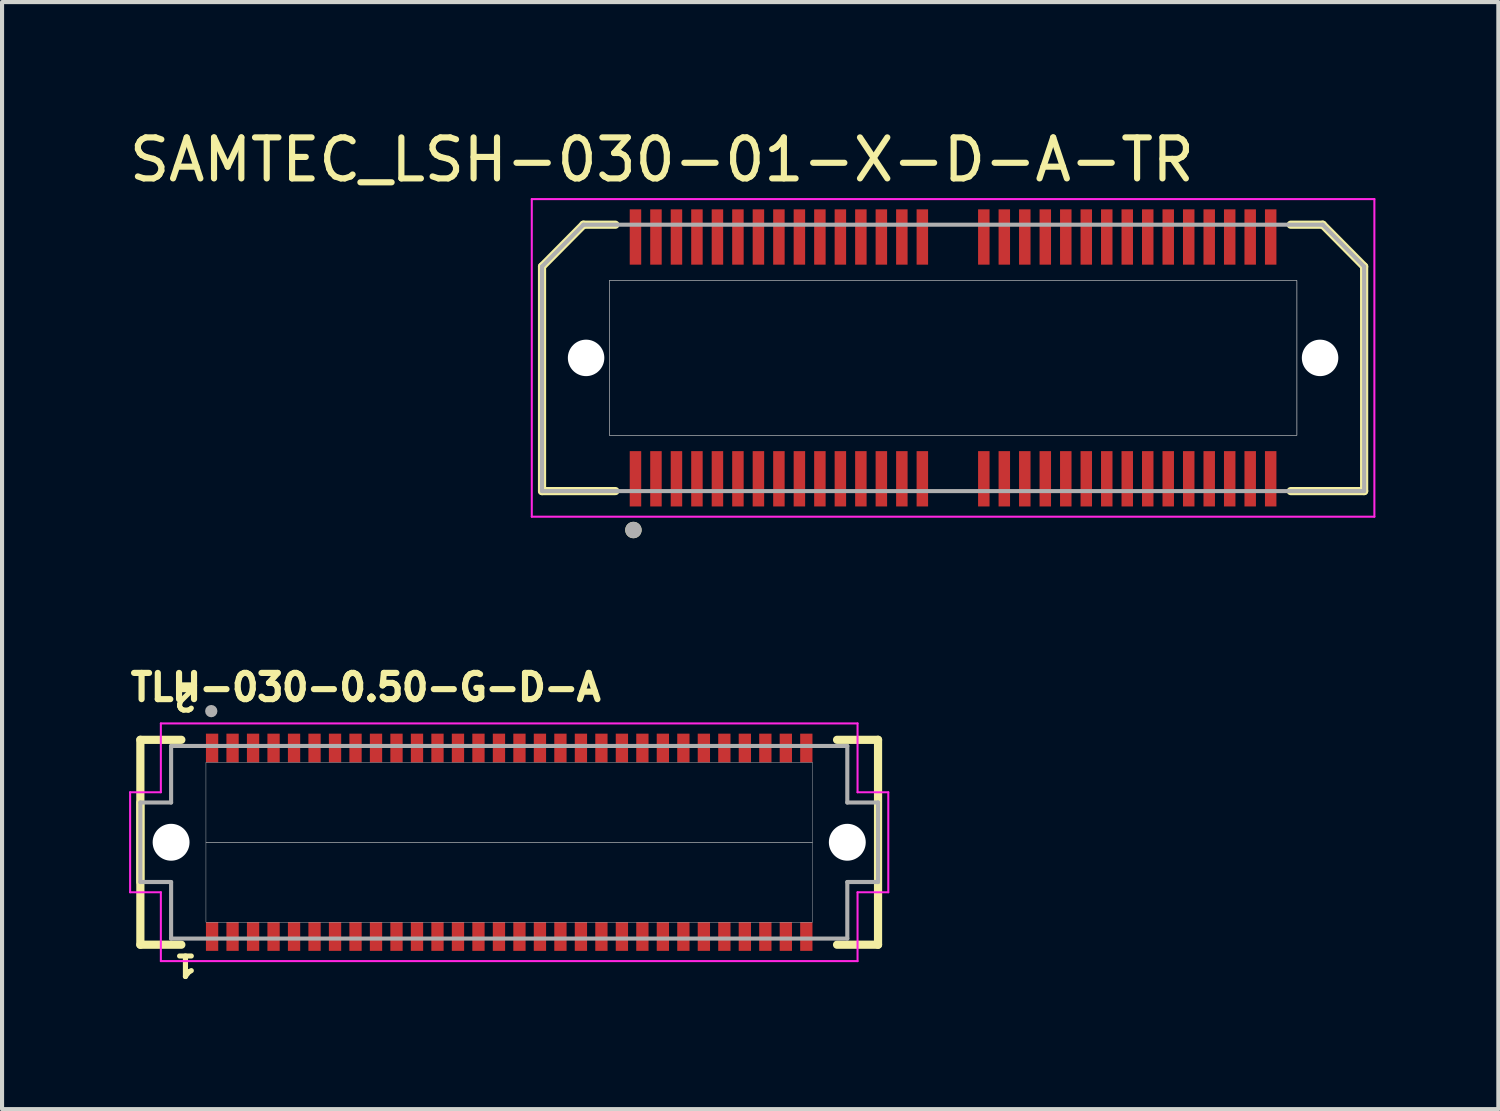
<source format=kicad_pcb>
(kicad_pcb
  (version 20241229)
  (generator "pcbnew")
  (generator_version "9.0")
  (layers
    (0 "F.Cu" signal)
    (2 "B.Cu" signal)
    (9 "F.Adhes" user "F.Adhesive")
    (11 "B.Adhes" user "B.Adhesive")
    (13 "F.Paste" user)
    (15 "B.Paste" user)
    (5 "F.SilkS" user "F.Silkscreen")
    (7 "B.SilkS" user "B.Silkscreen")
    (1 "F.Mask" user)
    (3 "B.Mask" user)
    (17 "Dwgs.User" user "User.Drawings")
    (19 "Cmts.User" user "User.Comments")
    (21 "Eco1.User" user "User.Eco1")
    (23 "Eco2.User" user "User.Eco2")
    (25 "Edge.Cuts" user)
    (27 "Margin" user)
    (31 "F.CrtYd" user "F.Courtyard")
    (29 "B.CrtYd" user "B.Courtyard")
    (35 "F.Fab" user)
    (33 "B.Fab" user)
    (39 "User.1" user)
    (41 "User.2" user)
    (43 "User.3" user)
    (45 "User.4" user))
  (footprint "TLH-030-0.50-G-D-A"
    (layer "F.Cu")
    (at 9.375 17.502)
    (property "Reference" "TLH-030-0.50-G-D-A" (at -3.5 -3.781 0) (layer "F.SilkS") (effects (font (size 0.64 0.64) (thickness 0.15))))
    (attr through_hole)
    (fp_line (start -9 -2.5) (end -8 -2.5) (stroke (width 0.2) (type solid)) (layer "F.SilkS"))
    (fp_line (start -9 0.97) (end -9 -0.97) (stroke (width 0.2) (type solid)) (layer "F.SilkS"))
    (fp_line (start -9 2.5) (end -9 -2.5) (stroke (width 0.2) (type solid)) (layer "F.SilkS"))
    (fp_line (start -9 2.5) (end -8 2.5) (stroke (width 0.2) (type solid)) (layer "F.SilkS"))
    (fp_line (start 9 -2.5) (end 8 -2.5) (stroke (width 0.2) (type solid)) (layer "F.SilkS"))
    (fp_line (start 9 -2.5) (end 9 2.5) (stroke (width 0.2) (type solid)) (layer "F.SilkS"))
    (fp_line (start 9 2.5) (end 8 2.5) (stroke (width 0.2) (type solid)) (layer "F.SilkS"))
    (fp_poly (pts (xy -7.4 -1.95) (xy 7.4 -1.95) (xy 7.4 0) (xy -7.4 0)) (stroke (width 0.01) (type solid)) (fill no) (layer "Dwgs.User"))
    (fp_poly (pts (xy -7.4 0) (xy 7.4 0) (xy 7.4 1.95) (xy -7.4 1.95)) (stroke (width 0.01) (type solid)) (fill no) (layer "Dwgs.User"))
    (fp_line (start -9.25 -1.22) (end -9.25 1.22) (stroke (width 0.05) (type solid)) (layer "F.CrtYd"))
    (fp_line (start -9.25 -1.22) (end -8.5 -1.22) (stroke (width 0.05) (type solid)) (layer "F.CrtYd"))
    (fp_line (start -9.25 1.22) (end -8.5 1.22) (stroke (width 0.05) (type solid)) (layer "F.CrtYd"))
    (fp_line (start -8.5 -2.9) (end 8.5 -2.9) (stroke (width 0.05) (type solid)) (layer "F.CrtYd"))
    (fp_line (start -8.5 -1.22) (end -8.5 -2.9) (stroke (width 0.05) (type solid)) (layer "F.CrtYd"))
    (fp_line (start -8.5 1.22) (end -8.5 2.9) (stroke (width 0.05) (type solid)) (layer "F.CrtYd"))
    (fp_line (start 8.5 -1.22) (end 8.5 -2.9) (stroke (width 0.05) (type solid)) (layer "F.CrtYd"))
    (fp_line (start 8.5 1.22) (end 8.5 2.9) (stroke (width 0.05) (type solid)) (layer "F.CrtYd"))
    (fp_line (start 8.5 2.9) (end -8.5 2.9) (stroke (width 0.05) (type solid)) (layer "F.CrtYd"))
    (fp_line (start 9.25 -1.22) (end 8.5 -1.22) (stroke (width 0.05) (type solid)) (layer "F.CrtYd"))
    (fp_line (start 9.25 1.22) (end 8.5 1.22) (stroke (width 0.05) (type solid)) (layer "F.CrtYd"))
    (fp_line (start 9.25 1.22) (end 9.25 -1.22) (stroke (width 0.05) (type solid)) (layer "F.CrtYd"))
    (fp_line (start -9 -0.97) (end -8.25 -0.97) (stroke (width 0.1) (type solid)) (layer "F.Fab"))
    (fp_line (start -9 0.97) (end -9 -0.97) (stroke (width 0.1) (type solid)) (layer "F.Fab"))
    (fp_line (start -8.25 -0.97) (end -8.25 -2.35) (stroke (width 0.1) (type solid)) (layer "F.Fab"))
    (fp_line (start -8.25 0.97) (end -9 0.97) (stroke (width 0.1) (type solid)) (layer "F.Fab"))
    (fp_line (start -8.25 2.35) (end -8.25 0.97) (stroke (width 0.1) (type solid)) (layer "F.Fab"))
    (fp_line (start -8.25 2.35) (end 8.25 2.35) (stroke (width 0.1) (type solid)) (layer "F.Fab"))
    (fp_line (start 8.25 -2.35) (end -8.25 -2.35) (stroke (width 0.1) (type solid)) (layer "F.Fab"))
    (fp_line (start 8.25 -2.35) (end 8.25 -0.97) (stroke (width 0.1) (type solid)) (layer "F.Fab"))
    (fp_line (start 8.25 -0.97) (end 9 -0.97) (stroke (width 0.1) (type solid)) (layer "F.Fab"))
    (fp_line (start 8.25 0.97) (end 8.25 2.35) (stroke (width 0.1) (type solid)) (layer "F.Fab"))
    (fp_line (start 9 -0.97) (end 9 0.97) (stroke (width 0.1) (type solid)) (layer "F.Fab"))
    (fp_line (start 9 0.97) (end 8.25 0.97) (stroke (width 0.1) (type solid)) (layer "F.Fab"))
    (fp_circle (center -7.27 -3.2) (end -7.195 -3.2) (stroke (width 0.15) (type solid)) (fill no) (layer "F.Fab"))
    (fp_text user "2" (at -7.9 -3.5 180) (unlocked yes) (layer "F.SilkS") (effects (font (size 0.5 0.5) (thickness 0.125))))
    (fp_text user "1" (at -7.9 3 180) (unlocked yes) (layer "F.SilkS") (effects (font (size 0.5 0.5) (thickness 0.125))))
    (pad "" np_thru_hole circle (at -8.25 0) (size 0.9 0.9) (drill 0.9) (layers "*.Cu" "*.Mask"))
    (pad "" np_thru_hole circle (at 8.25 0) (size 0.9 0.9) (drill 0.9) (layers "*.Cu" "*.Mask"))
    (pad "1" smd rect (at -7.25 2.3) (size 0.3 0.7) (layers "F.Cu" "F.Mask" "F.Paste"))
    (pad "2" smd rect (at -7.25 -2.3) (size 0.3 0.7) (layers "F.Cu" "F.Mask" "F.Paste"))
    (pad "3" smd rect (at -6.75 2.3) (size 0.3 0.7) (layers "F.Cu" "F.Mask" "F.Paste"))
    (pad "4" smd rect (at -6.75 -2.3) (size 0.3 0.7) (layers "F.Cu" "F.Mask" "F.Paste"))
    (pad "5" smd rect (at -6.25 2.3) (size 0.3 0.7) (layers "F.Cu" "F.Mask" "F.Paste"))
    (pad "6" smd rect (at -6.25 -2.3) (size 0.3 0.7) (layers "F.Cu" "F.Mask" "F.Paste"))
    (pad "7" smd rect (at -5.75 2.3) (size 0.3 0.7) (layers "F.Cu" "F.Mask" "F.Paste"))
    (pad "8" smd rect (at -5.75 -2.3) (size 0.3 0.7) (layers "F.Cu" "F.Mask" "F.Paste"))
    (pad "9" smd rect (at -5.25 2.3) (size 0.3 0.7) (layers "F.Cu" "F.Mask" "F.Paste"))
    (pad "10" smd rect (at -5.25 -2.3) (size 0.3 0.7) (layers "F.Cu" "F.Mask" "F.Paste"))
    (pad "11" smd rect (at -4.75 2.3) (size 0.3 0.7) (layers "F.Cu" "F.Mask" "F.Paste"))
    (pad "12" smd rect (at -4.75 -2.3) (size 0.3 0.7) (layers "F.Cu" "F.Mask" "F.Paste"))
    (pad "13" smd rect (at -4.25 2.3) (size 0.3 0.7) (layers "F.Cu" "F.Mask" "F.Paste"))
    (pad "14" smd rect (at -4.25 -2.3) (size 0.3 0.7) (layers "F.Cu" "F.Mask" "F.Paste"))
    (pad "15" smd rect (at -3.75 2.3) (size 0.3 0.7) (layers "F.Cu" "F.Mask" "F.Paste"))
    (pad "16" smd rect (at -3.75 -2.3) (size 0.3 0.7) (layers "F.Cu" "F.Mask" "F.Paste"))
    (pad "17" smd rect (at -3.25 2.3) (size 0.3 0.7) (layers "F.Cu" "F.Mask" "F.Paste"))
    (pad "18" smd rect (at -3.25 -2.3) (size 0.3 0.7) (layers "F.Cu" "F.Mask" "F.Paste"))
    (pad "19" smd rect (at -2.75 2.3) (size 0.3 0.7) (layers "F.Cu" "F.Mask" "F.Paste"))
    (pad "20" smd rect (at -2.75 -2.3) (size 0.3 0.7) (layers "F.Cu" "F.Mask" "F.Paste"))
    (pad "21" smd rect (at -2.25 2.3) (size 0.3 0.7) (layers "F.Cu" "F.Mask" "F.Paste"))
    (pad "22" smd rect (at -2.25 -2.3) (size 0.3 0.7) (layers "F.Cu" "F.Mask" "F.Paste"))
    (pad "23" smd rect (at -1.75 2.3) (size 0.3 0.7) (layers "F.Cu" "F.Mask" "F.Paste"))
    (pad "24" smd rect (at -1.75 -2.3) (size 0.3 0.7) (layers "F.Cu" "F.Mask" "F.Paste"))
    (pad "25" smd rect (at -1.25 2.3) (size 0.3 0.7) (layers "F.Cu" "F.Mask" "F.Paste"))
    (pad "26" smd rect (at -1.25 -2.3) (size 0.3 0.7) (layers "F.Cu" "F.Mask" "F.Paste"))
    (pad "27" smd rect (at -0.75 2.3) (size 0.3 0.7) (layers "F.Cu" "F.Mask" "F.Paste"))
    (pad "28" smd rect (at -0.75 -2.3) (size 0.3 0.7) (layers "F.Cu" "F.Mask" "F.Paste"))
    (pad "29" smd rect (at -0.25 2.3) (size 0.3 0.7) (layers "F.Cu" "F.Mask" "F.Paste"))
    (pad "30" smd rect (at -0.25 -2.3) (size 0.3 0.7) (layers "F.Cu" "F.Mask" "F.Paste"))
    (pad "31" smd rect (at 0.25 2.3) (size 0.3 0.7) (layers "F.Cu" "F.Mask" "F.Paste"))
    (pad "32" smd rect (at 0.25 -2.3) (size 0.3 0.7) (layers "F.Cu" "F.Mask" "F.Paste"))
    (pad "33" smd rect (at 0.75 2.3) (size 0.3 0.7) (layers "F.Cu" "F.Mask" "F.Paste"))
    (pad "34" smd rect (at 0.75 -2.3) (size 0.3 0.7) (layers "F.Cu" "F.Mask" "F.Paste"))
    (pad "35" smd rect (at 1.25 2.3) (size 0.3 0.7) (layers "F.Cu" "F.Mask" "F.Paste"))
    (pad "36" smd rect (at 1.25 -2.3) (size 0.3 0.7) (layers "F.Cu" "F.Mask" "F.Paste"))
    (pad "37" smd rect (at 1.75 2.3) (size 0.3 0.7) (layers "F.Cu" "F.Mask" "F.Paste"))
    (pad "38" smd rect (at 1.75 -2.3) (size 0.3 0.7) (layers "F.Cu" "F.Mask" "F.Paste"))
    (pad "39" smd rect (at 2.25 2.3) (size 0.3 0.7) (layers "F.Cu" "F.Mask" "F.Paste"))
    (pad "40" smd rect (at 2.25 -2.3) (size 0.3 0.7) (layers "F.Cu" "F.Mask" "F.Paste"))
    (pad "41" smd rect (at 2.75 2.3) (size 0.3 0.7) (layers "F.Cu" "F.Mask" "F.Paste"))
    (pad "42" smd rect (at 2.75 -2.3) (size 0.3 0.7) (layers "F.Cu" "F.Mask" "F.Paste"))
    (pad "43" smd rect (at 3.25 2.3) (size 0.3 0.7) (layers "F.Cu" "F.Mask" "F.Paste"))
    (pad "44" smd rect (at 3.25 -2.3) (size 0.3 0.7) (layers "F.Cu" "F.Mask" "F.Paste"))
    (pad "45" smd rect (at 3.75 2.3) (size 0.3 0.7) (layers "F.Cu" "F.Mask" "F.Paste"))
    (pad "46" smd rect (at 3.75 -2.3) (size 0.3 0.7) (layers "F.Cu" "F.Mask" "F.Paste"))
    (pad "47" smd rect (at 4.25 2.3) (size 0.3 0.7) (layers "F.Cu" "F.Mask" "F.Paste"))
    (pad "48" smd rect (at 4.25 -2.3) (size 0.3 0.7) (layers "F.Cu" "F.Mask" "F.Paste"))
    (pad "49" smd rect (at 4.75 2.3) (size 0.3 0.7) (layers "F.Cu" "F.Mask" "F.Paste"))
    (pad "50" smd rect (at 4.75 -2.3) (size 0.3 0.7) (layers "F.Cu" "F.Mask" "F.Paste"))
    (pad "51" smd rect (at 5.25 2.3) (size 0.3 0.7) (layers "F.Cu" "F.Mask" "F.Paste"))
    (pad "52" smd rect (at 5.25 -2.3) (size 0.3 0.7) (layers "F.Cu" "F.Mask" "F.Paste"))
    (pad "53" smd rect (at 5.75 2.3) (size 0.3 0.7) (layers "F.Cu" "F.Mask" "F.Paste"))
    (pad "54" smd rect (at 5.75 -2.3) (size 0.3 0.7) (layers "F.Cu" "F.Mask" "F.Paste"))
    (pad "55" smd rect (at 6.25 2.3) (size 0.3 0.7) (layers "F.Cu" "F.Mask" "F.Paste"))
    (pad "56" smd rect (at 6.25 -2.3) (size 0.3 0.7) (layers "F.Cu" "F.Mask" "F.Paste"))
    (pad "57" smd rect (at 6.75 2.3) (size 0.3 0.7) (layers "F.Cu" "F.Mask" "F.Paste"))
    (pad "58" smd rect (at 6.75 -2.3) (size 0.3 0.7) (layers "F.Cu" "F.Mask" "F.Paste"))
    (pad "59" smd rect (at 7.25 2.3) (size 0.3 0.7) (layers "F.Cu" "F.Mask" "F.Paste"))
    (pad "60" smd rect (at 7.25 -2.3) (size 0.3 0.7) (layers "F.Cu" "F.Mask" "F.Paste")))
  (footprint "SAMTEC_LSH-030-01-X-D-A-TR"
    (layer "F.Cu")
    (at 20.206 5.683)
    (property "Reference" "SAMTEC_LSH-030-01-X-D-A-TR" (at -7.105 -4.835 0) (layer "F.SilkS") (effects (font (size 1 1) (thickness 0.15))))
    (attr through_hole)
    (fp_line (start -10.03 -2.23) (end -9.02 -3.25) (stroke (width 0.2) (type solid)) (layer "F.SilkS"))
    (fp_line (start -10.03 3.25) (end -10.03 -2.23) (stroke (width 0.2) (type solid)) (layer "F.SilkS"))
    (fp_line (start -10.03 3.25) (end -8.24 3.25) (stroke (width 0.2) (type solid)) (layer "F.SilkS"))
    (fp_line (start -9.02 -3.25) (end -8.24 -3.25) (stroke (width 0.2) (type solid)) (layer "F.SilkS"))
    (fp_line (start 8.24 -3.25) (end 9.02 -3.25) (stroke (width 0.2) (type solid)) (layer "F.SilkS"))
    (fp_line (start 9.02 -3.25) (end 10.03 -2.23) (stroke (width 0.2) (type solid)) (layer "F.SilkS"))
    (fp_line (start 10.03 -2.23) (end 10.03 3.25) (stroke (width 0.2) (type solid)) (layer "F.SilkS"))
    (fp_line (start 10.03 3.25) (end 8.24 3.25) (stroke (width 0.2) (type solid)) (layer "F.SilkS"))
    (fp_circle (center -7.8 4.2) (end -7.7 4.2) (stroke (width 0.2) (type solid)) (fill no) (layer "F.SilkS"))
    (fp_poly (pts (xy -8.39 -1.89) (xy 8.39 -1.89) (xy 8.39 1.89) (xy -8.39 1.89)) (stroke (width 0.01) (type solid)) (fill no) (layer "Dwgs.User"))
    (fp_poly (pts (xy -8.39 -1.89) (xy 8.39 -1.89) (xy 8.39 1.89) (xy -8.39 1.89)) (stroke (width 0.01) (type solid)) (fill no) (layer "Dwgs.User"))
    (fp_line (start -10.28 -3.875) (end 10.28 -3.875) (stroke (width 0.05) (type solid)) (layer "F.CrtYd"))
    (fp_line (start -10.28 3.875) (end -10.28 -3.875) (stroke (width 0.05) (type solid)) (layer "F.CrtYd"))
    (fp_line (start 10.28 -3.875) (end 10.28 3.875) (stroke (width 0.05) (type solid)) (layer "F.CrtYd"))
    (fp_line (start 10.28 3.875) (end -10.28 3.875) (stroke (width 0.05) (type solid)) (layer "F.CrtYd"))
    (fp_line (start -10.03 -2.23) (end -9.02 -3.25) (stroke (width 0.1) (type solid)) (layer "F.Fab"))
    (fp_line (start -10.03 3.25) (end -10.03 -2.23) (stroke (width 0.1) (type solid)) (layer "F.Fab"))
    (fp_line (start -9.02 -3.25) (end 9.02 -3.25) (stroke (width 0.1) (type solid)) (layer "F.Fab"))
    (fp_line (start 9.02 -3.25) (end 10.03 -2.23) (stroke (width 0.1) (type solid)) (layer "F.Fab"))
    (fp_line (start 10.03 -2.23) (end 10.03 3.25) (stroke (width 0.1) (type solid)) (layer "F.Fab"))
    (fp_line (start 10.03 3.25) (end -10.03 3.25) (stroke (width 0.1) (type solid)) (layer "F.Fab"))
    (fp_circle (center -7.8 4.2) (end -7.7 4.2) (stroke (width 0.2) (type solid)) (fill no) (layer "F.Fab"))
    (pad "" np_thru_hole circle (at -8.955 0) (size 0.89 0.89) (drill 0.89) (layers "*.Cu" "*.Mask"))
    (pad "" np_thru_hole circle (at 8.955 0) (size 0.89 0.89) (drill 0.89) (layers "*.Cu" "*.Mask"))
    (pad "1" smd rect (at -7.75 2.95) (size 0.28 1.35) (layers "F.Cu" "F.Mask" "F.Paste"))
    (pad "2" smd rect (at -7.75 -2.95) (size 0.28 1.35) (layers "F.Cu" "F.Mask" "F.Paste"))
    (pad "3" smd rect (at -7.25 2.95) (size 0.28 1.35) (layers "F.Cu" "F.Mask" "F.Paste"))
    (pad "4" smd rect (at -7.25 -2.95) (size 0.28 1.35) (layers "F.Cu" "F.Mask" "F.Paste"))
    (pad "5" smd rect (at -6.75 2.95) (size 0.28 1.35) (layers "F.Cu" "F.Mask" "F.Paste"))
    (pad "6" smd rect (at -6.75 -2.95) (size 0.28 1.35) (layers "F.Cu" "F.Mask" "F.Paste"))
    (pad "7" smd rect (at -6.25 2.95) (size 0.28 1.35) (layers "F.Cu" "F.Mask" "F.Paste"))
    (pad "8" smd rect (at -6.25 -2.95) (size 0.28 1.35) (layers "F.Cu" "F.Mask" "F.Paste"))
    (pad "9" smd rect (at -5.75 2.95) (size 0.28 1.35) (layers "F.Cu" "F.Mask" "F.Paste"))
    (pad "10" smd rect (at -5.75 -2.95) (size 0.28 1.35) (layers "F.Cu" "F.Mask" "F.Paste"))
    (pad "11" smd rect (at -5.25 2.95) (size 0.28 1.35) (layers "F.Cu" "F.Mask" "F.Paste"))
    (pad "12" smd rect (at -5.25 -2.95) (size 0.28 1.35) (layers "F.Cu" "F.Mask" "F.Paste"))
    (pad "13" smd rect (at -4.75 2.95) (size 0.28 1.35) (layers "F.Cu" "F.Mask" "F.Paste"))
    (pad "14" smd rect (at -4.75 -2.95) (size 0.28 1.35) (layers "F.Cu" "F.Mask" "F.Paste"))
    (pad "15" smd rect (at -4.25 2.95) (size 0.28 1.35) (layers "F.Cu" "F.Mask" "F.Paste"))
    (pad "16" smd rect (at -4.25 -2.95) (size 0.28 1.35) (layers "F.Cu" "F.Mask" "F.Paste"))
    (pad "17" smd rect (at -3.75 2.95) (size 0.28 1.35) (layers "F.Cu" "F.Mask" "F.Paste"))
    (pad "18" smd rect (at -3.75 -2.95) (size 0.28 1.35) (layers "F.Cu" "F.Mask" "F.Paste"))
    (pad "19" smd rect (at -3.25 2.95) (size 0.28 1.35) (layers "F.Cu" "F.Mask" "F.Paste"))
    (pad "20" smd rect (at -3.25 -2.95) (size 0.28 1.35) (layers "F.Cu" "F.Mask" "F.Paste"))
    (pad "21" smd rect (at -2.75 2.95) (size 0.28 1.35) (layers "F.Cu" "F.Mask" "F.Paste"))
    (pad "22" smd rect (at -2.75 -2.95) (size 0.28 1.35) (layers "F.Cu" "F.Mask" "F.Paste"))
    (pad "23" smd rect (at -2.25 2.95) (size 0.28 1.35) (layers "F.Cu" "F.Mask" "F.Paste"))
    (pad "24" smd rect (at -2.25 -2.95) (size 0.28 1.35) (layers "F.Cu" "F.Mask" "F.Paste"))
    (pad "25" smd rect (at -1.75 2.95) (size 0.28 1.35) (layers "F.Cu" "F.Mask" "F.Paste"))
    (pad "26" smd rect (at -1.75 -2.95) (size 0.28 1.35) (layers "F.Cu" "F.Mask" "F.Paste"))
    (pad "27" smd rect (at -1.25 2.95) (size 0.28 1.35) (layers "F.Cu" "F.Mask" "F.Paste"))
    (pad "28" smd rect (at -1.25 -2.95) (size 0.28 1.35) (layers "F.Cu" "F.Mask" "F.Paste"))
    (pad "29" smd rect (at -0.75 2.95) (size 0.28 1.35) (layers "F.Cu" "F.Mask" "F.Paste"))
    (pad "30" smd rect (at -0.75 -2.95) (size 0.28 1.35) (layers "F.Cu" "F.Mask" "F.Paste"))
    (pad "31" smd rect (at 0.75 2.95) (size 0.28 1.35) (layers "F.Cu" "F.Mask" "F.Paste"))
    (pad "32" smd rect (at 0.75 -2.95) (size 0.28 1.35) (layers "F.Cu" "F.Mask" "F.Paste"))
    (pad "33" smd rect (at 1.25 2.95) (size 0.28 1.35) (layers "F.Cu" "F.Mask" "F.Paste"))
    (pad "34" smd rect (at 1.25 -2.95) (size 0.28 1.35) (layers "F.Cu" "F.Mask" "F.Paste"))
    (pad "35" smd rect (at 1.75 2.95) (size 0.28 1.35) (layers "F.Cu" "F.Mask" "F.Paste"))
    (pad "36" smd rect (at 1.75 -2.95) (size 0.28 1.35) (layers "F.Cu" "F.Mask" "F.Paste"))
    (pad "37" smd rect (at 2.25 2.95) (size 0.28 1.35) (layers "F.Cu" "F.Mask" "F.Paste"))
    (pad "38" smd rect (at 2.25 -2.95) (size 0.28 1.35) (layers "F.Cu" "F.Mask" "F.Paste"))
    (pad "39" smd rect (at 2.75 2.95) (size 0.28 1.35) (layers "F.Cu" "F.Mask" "F.Paste"))
    (pad "40" smd rect (at 2.75 -2.95) (size 0.28 1.35) (layers "F.Cu" "F.Mask" "F.Paste"))
    (pad "41" smd rect (at 3.25 2.95) (size 0.28 1.35) (layers "F.Cu" "F.Mask" "F.Paste"))
    (pad "42" smd rect (at 3.25 -2.95) (size 0.28 1.35) (layers "F.Cu" "F.Mask" "F.Paste"))
    (pad "43" smd rect (at 3.75 2.95) (size 0.28 1.35) (layers "F.Cu" "F.Mask" "F.Paste"))
    (pad "44" smd rect (at 3.75 -2.95) (size 0.28 1.35) (layers "F.Cu" "F.Mask" "F.Paste"))
    (pad "45" smd rect (at 4.25 2.95) (size 0.28 1.35) (layers "F.Cu" "F.Mask" "F.Paste"))
    (pad "46" smd rect (at 4.25 -2.95) (size 0.28 1.35) (layers "F.Cu" "F.Mask" "F.Paste"))
    (pad "47" smd rect (at 4.75 2.95) (size 0.28 1.35) (layers "F.Cu" "F.Mask" "F.Paste"))
    (pad "48" smd rect (at 4.75 -2.95) (size 0.28 1.35) (layers "F.Cu" "F.Mask" "F.Paste"))
    (pad "49" smd rect (at 5.25 2.95) (size 0.28 1.35) (layers "F.Cu" "F.Mask" "F.Paste"))
    (pad "50" smd rect (at 5.25 -2.95) (size 0.28 1.35) (layers "F.Cu" "F.Mask" "F.Paste"))
    (pad "51" smd rect (at 5.75 2.95) (size 0.28 1.35) (layers "F.Cu" "F.Mask" "F.Paste"))
    (pad "52" smd rect (at 5.75 -2.95) (size 0.28 1.35) (layers "F.Cu" "F.Mask" "F.Paste"))
    (pad "53" smd rect (at 6.25 2.95) (size 0.28 1.35) (layers "F.Cu" "F.Mask" "F.Paste"))
    (pad "54" smd rect (at 6.25 -2.95) (size 0.28 1.35) (layers "F.Cu" "F.Mask" "F.Paste"))
    (pad "55" smd rect (at 6.75 2.95) (size 0.28 1.35) (layers "F.Cu" "F.Mask" "F.Paste"))
    (pad "56" smd rect (at 6.75 -2.95) (size 0.28 1.35) (layers "F.Cu" "F.Mask" "F.Paste"))
    (pad "57" smd rect (at 7.25 2.95) (size 0.28 1.35) (layers "F.Cu" "F.Mask" "F.Paste"))
    (pad "58" smd rect (at 7.25 -2.95) (size 0.28 1.35) (layers "F.Cu" "F.Mask" "F.Paste"))
    (pad "59" smd rect (at 7.75 2.95) (size 0.28 1.35) (layers "F.Cu" "F.Mask" "F.Paste"))
    (pad "60" smd rect (at 7.75 -2.95) (size 0.28 1.35) (layers "F.Cu" "F.Mask" "F.Paste")))
  (gr_rect
    (start -3 -3)
    (end 33.511 24.014)
    (stroke (width 0.1) (type default))
    (fill no)
    (layer "Edge.Cuts")))
</source>
